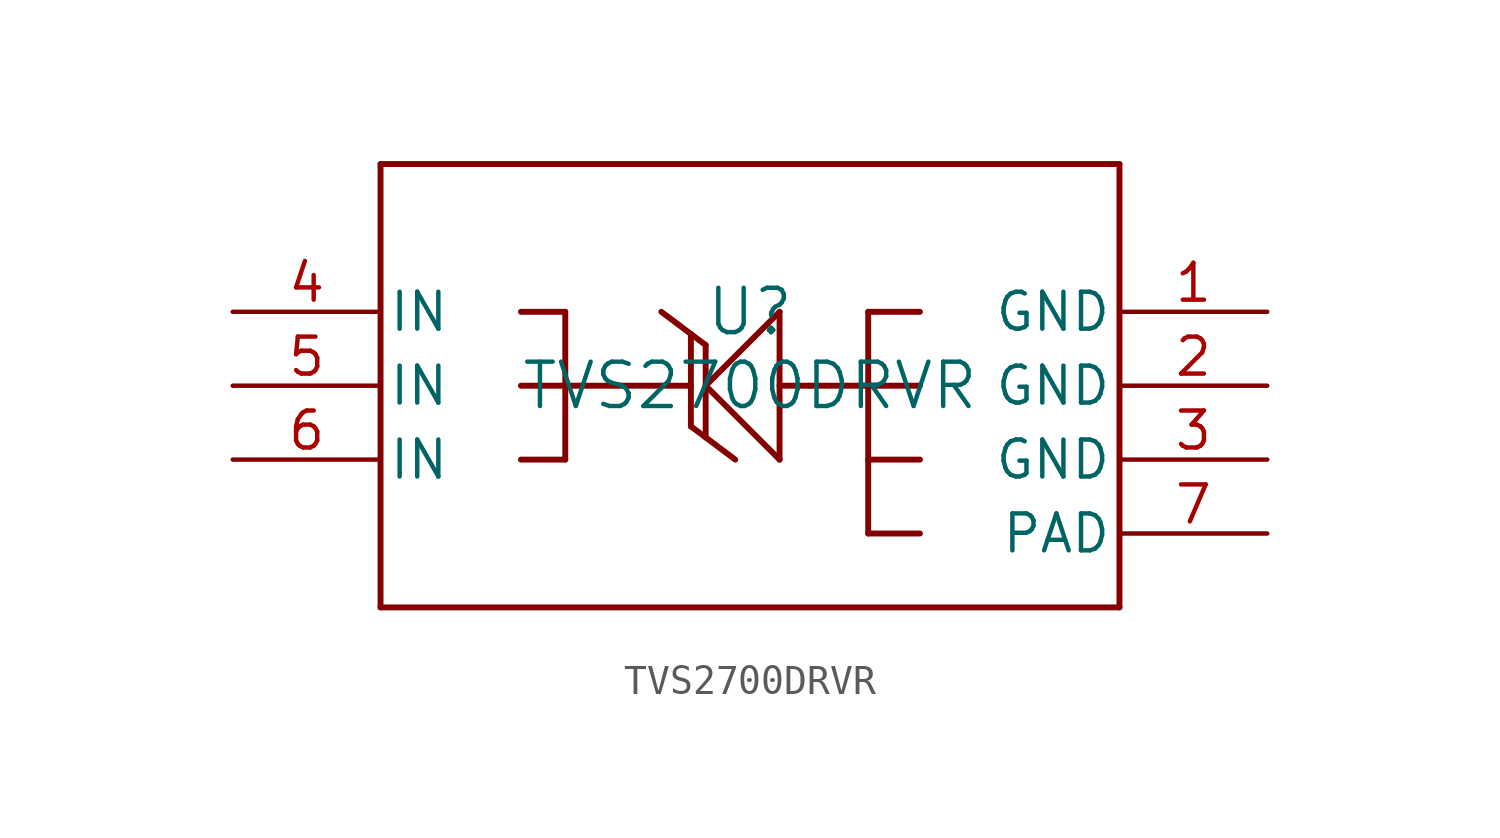
<source format=kicad_sym>
(kicad_symbol_lib
  (version 20211014)
  (generator kicad_symbol_editor)
  (symbol "TVS2700DRVR"
    (pin_names
      (offset 0.254))
    (property "Reference" "U"
      (at 0 2.54 0)
      (effects (font (size 1.524 1.524))))
    (property "Value" "TVS2700DRVR"
      (at 0 0 0)
      (effects (font (size 1.524 1.524))))
    (symbol "TVS2700DRVR_0_1"
      (polyline (pts (xy -12.7 -7.62) (xy 12.7 -7.62)) (stroke (width 0.203) (type default) (color 0 0 0 0)) (fill (type none)))
      (polyline (pts (xy 12.7 -7.62) (xy 12.7 7.62)) (stroke (width 0.203) (type default) (color 0 0 0 0)) (fill (type none)))
      (polyline (pts (xy 12.7 7.62) (xy -12.7 7.62)) (stroke (width 0.203) (type default) (color 0 0 0 0)) (fill (type none)))
      (polyline (pts (xy -12.7 7.62) (xy -12.7 -7.62)) (stroke (width 0.203) (type default) (color 0 0 0 0)) (fill (type none)))
      (polyline (pts (xy 2.032 0) (xy 1.016 0)) (stroke (width 0.203) (type default) (color 0 0 0 0)) (fill (type none)))
      (polyline (pts (xy -2.032 0) (xy -3.048 0)) (stroke (width 0.203) (type default) (color 0 0 0 0)) (fill (type none)))
      (polyline (pts (xy 1.016 2.54) (xy -1.524 0)) (stroke (width 0.203) (type default) (color 0 0 0 0)) (fill (type none)))
      (polyline (pts (xy -1.524 0) (xy 1.016 -2.54)) (stroke (width 0.203) (type default) (color 0 0 0 0)) (fill (type none)))
      (polyline (pts (xy 1.016 -2.54) (xy 1.016 2.54)) (stroke (width 0.203) (type default) (color 0 0 0 0)) (fill (type none)))
      (polyline (pts (xy -1.524 -1.778) (xy -1.524 0)) (stroke (width 0.203) (type default) (color 0 0 0 0)) (fill (type none)))
      (polyline (pts (xy -2.032 0) (xy -2.032 -1.397)) (stroke (width 0.203) (type default) (color 0 0 0 0)) (fill (type none)))
      (polyline (pts (xy -2.032 -1.397) (xy -0.508 -2.54)) (stroke (width 0.203) (type default) (color 0 0 0 0)) (fill (type none)))
      (polyline (pts (xy -2.032 1.778) (xy -2.032 0)) (stroke (width 0.203) (type default) (color 0 0 0 0)) (fill (type none)))
      (polyline (pts (xy -1.524 0) (xy -1.524 1.397)) (stroke (width 0.203) (type default) (color 0 0 0 0)) (fill (type none)))
      (polyline (pts (xy -1.524 1.397) (xy -3.048 2.54)) (stroke (width 0.203) (type default) (color 0 0 0 0)) (fill (type none)))
      (polyline (pts (xy 2.032 0) (xy 4.064 0)) (stroke (width 0.203) (type default) (color 0 0 0 0)) (fill (type none)))
      (polyline (pts (xy -3.048 0) (xy -6.35 0)) (stroke (width 0.203) (type default) (color 0 0 0 0)) (fill (type none)))
      (polyline (pts (xy -6.35 0) (xy -6.35 2.54)) (stroke (width 0.203) (type default) (color 0 0 0 0)) (fill (type none)))
      (polyline (pts (xy -6.35 0) (xy -6.35 -2.54)) (stroke (width 0.203) (type default) (color 0 0 0 0)) (fill (type none)))
      (polyline (pts (xy 4.064 2.54) (xy 4.064 -5.08)) (stroke (width 0.203) (type default) (color 0 0 0 0)) (fill (type none)))
      (polyline (pts (xy 4.064 2.54) (xy 5.842 2.54)) (stroke (width 0.203) (type default) (color 0 0 0 0)) (fill (type none)))
      (polyline (pts (xy 4.064 0) (xy 5.842 0)) (stroke (width 0.203) (type default) (color 0 0 0 0)) (fill (type none)))
      (polyline (pts (xy 4.064 -2.54) (xy 5.842 -2.54)) (stroke (width 0.203) (type default) (color 0 0 0 0)) (fill (type none)))
      (polyline (pts (xy 4.064 -5.08) (xy 5.842 -5.08)) (stroke (width 0.203) (type default) (color 0 0 0 0)) (fill (type none)))
      (polyline (pts (xy -6.35 2.54) (xy -7.874 2.54)) (stroke (width 0.203) (type default) (color 0 0 0 0)) (fill (type none)))
      (polyline (pts (xy -6.35 0) (xy -7.874 0)) (stroke (width 0.203) (type default) (color 0 0 0 0)) (fill (type none)))
      (polyline (pts (xy -6.35 -2.54) (xy -7.874 -2.54)) (stroke (width 0.203) (type default) (color 0 0 0 0)) (fill (type none)))
      (pin unspecified line (at 17.78 2.54 180) (length 5.08) (name "GND" (effects (font (size 1.27 1.27)))) (number "1" (effects (font (size 1.27 1.27)))))
      (pin unspecified line (at 17.78 0 180) (length 5.08) (name "GND" (effects (font (size 1.27 1.27)))) (number "2" (effects (font (size 1.27 1.27)))))
      (pin unspecified line (at 17.78 -2.54 180) (length 5.08) (name "GND" (effects (font (size 1.27 1.27)))) (number "3" (effects (font (size 1.27 1.27)))))
      (pin unspecified line (at -17.78 2.54 0) (length 5.08) (name "IN" (effects (font (size 1.27 1.27)))) (number "4" (effects (font (size 1.27 1.27)))))
      (pin unspecified line (at -17.78 0 0) (length 5.08) (name "IN" (effects (font (size 1.27 1.27)))) (number "5" (effects (font (size 1.27 1.27)))))
      (pin unspecified line (at -17.78 -2.54 0) (length 5.08) (name "IN" (effects (font (size 1.27 1.27)))) (number "6" (effects (font (size 1.27 1.27)))))
      (pin unspecified line (at 17.78 -5.08 180) (length 5.08) (name "PAD" (effects (font (size 1.27 1.27)))) (number "7" (effects (font (size 1.27 1.27))))))))
</source>
